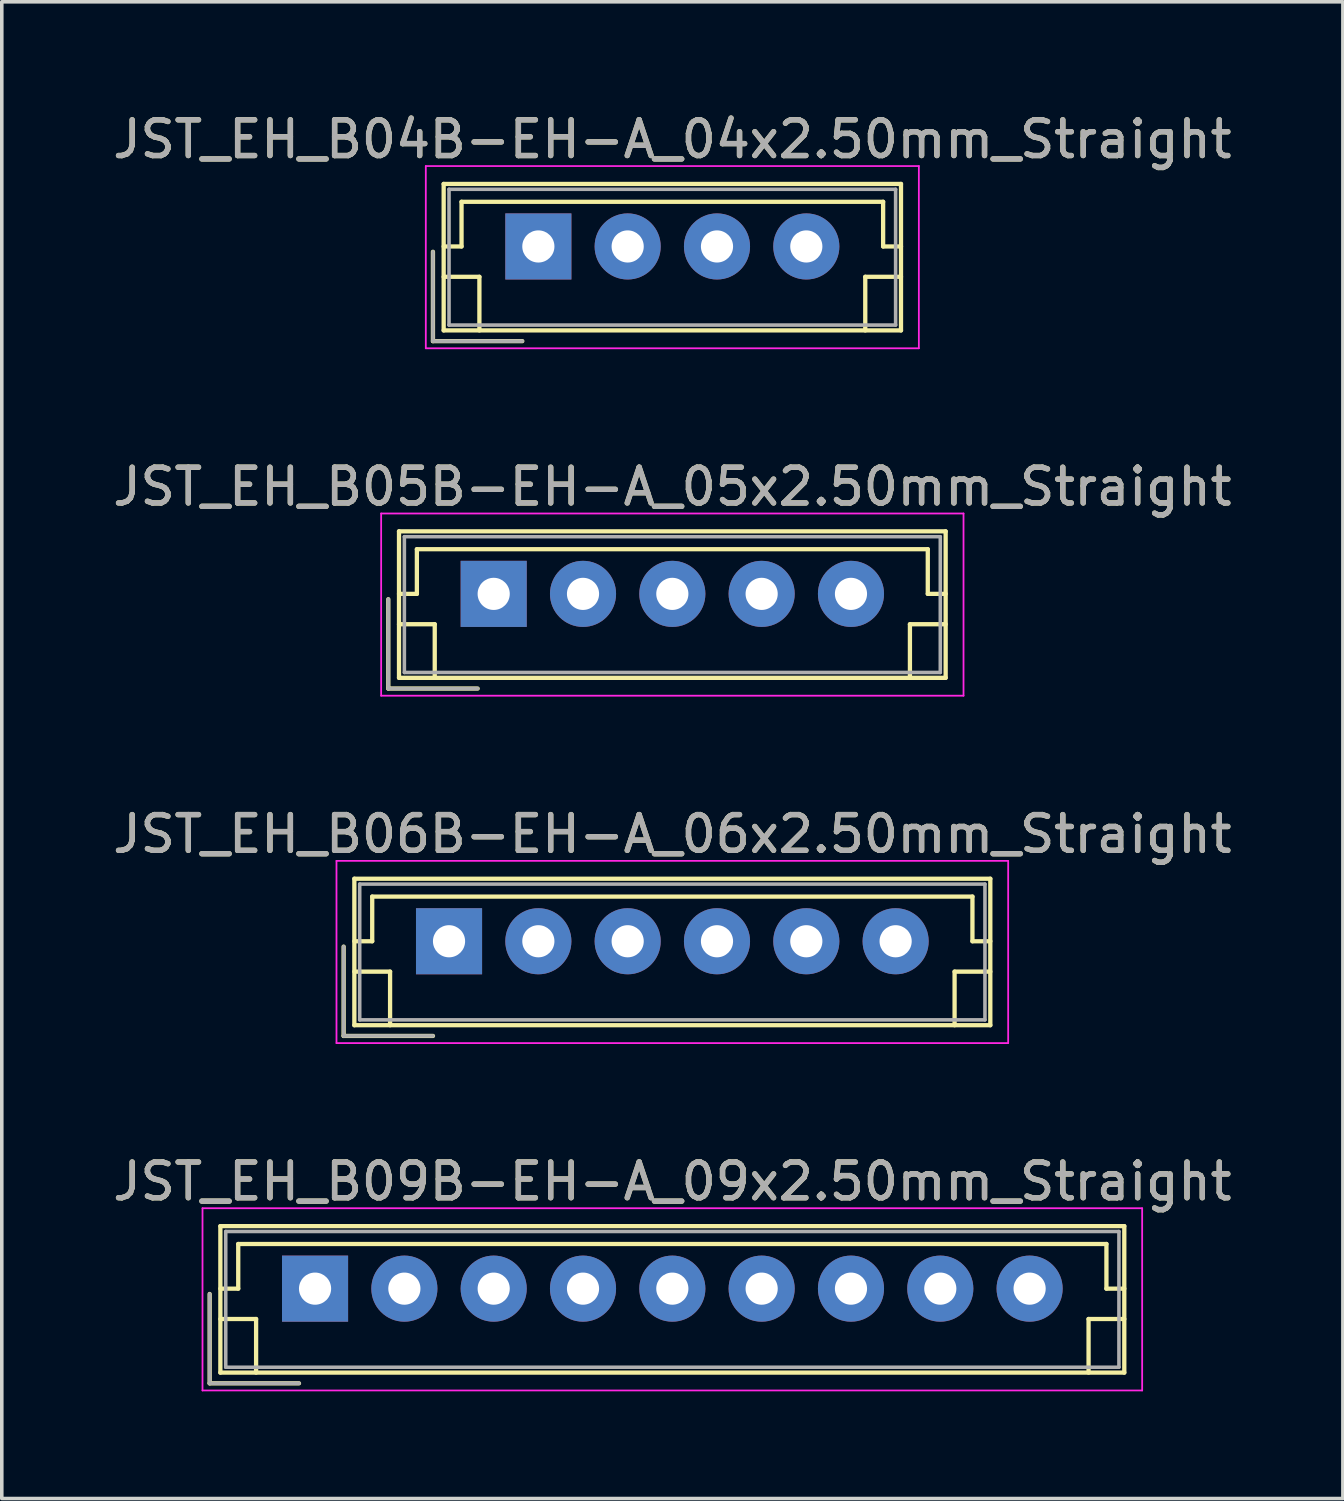
<source format=kicad_pcb>
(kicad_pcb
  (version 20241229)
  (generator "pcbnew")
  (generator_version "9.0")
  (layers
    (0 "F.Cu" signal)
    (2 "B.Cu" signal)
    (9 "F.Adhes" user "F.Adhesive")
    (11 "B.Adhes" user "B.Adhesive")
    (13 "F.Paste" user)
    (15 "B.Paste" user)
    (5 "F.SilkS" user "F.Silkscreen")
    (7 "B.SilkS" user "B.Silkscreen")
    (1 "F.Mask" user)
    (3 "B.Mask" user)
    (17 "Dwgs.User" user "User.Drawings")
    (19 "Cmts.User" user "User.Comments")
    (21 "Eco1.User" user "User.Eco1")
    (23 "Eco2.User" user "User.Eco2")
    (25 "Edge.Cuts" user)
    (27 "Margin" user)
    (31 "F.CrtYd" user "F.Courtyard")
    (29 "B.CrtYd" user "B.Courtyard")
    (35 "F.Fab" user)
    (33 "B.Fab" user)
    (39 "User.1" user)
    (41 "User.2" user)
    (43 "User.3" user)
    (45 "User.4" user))
  (footprint "JST_EH_B04B-EH-A_04x2.50mm_Straight"
    (layer "F.Cu")
    (at 12.018 3.848)
    (property "Reference" "JST_EH_B04B-EH-A_04x2.50mm_Straight" (at 3.75 -3 0) (layer "F.SilkS") (effects (font (size 1 1) (thickness 0.15))))
    (attr through_hole)
    (fp_line (start -2.95 0.15) (end -2.95 2.65) (stroke (width 0.12) (type solid)) (layer "F.SilkS"))
    (fp_line (start -2.95 2.65) (end -0.45 2.65) (stroke (width 0.12) (type solid)) (layer "F.SilkS"))
    (fp_line (start -2.65 -1.75) (end -2.65 2.35) (stroke (width 0.12) (type solid)) (layer "F.SilkS"))
    (fp_line (start -2.65 0) (end -2.15 0) (stroke (width 0.12) (type solid)) (layer "F.SilkS"))
    (fp_line (start -2.65 0.85) (end -1.65 0.85) (stroke (width 0.12) (type solid)) (layer "F.SilkS"))
    (fp_line (start -2.65 2.35) (end 10.15 2.35) (stroke (width 0.12) (type solid)) (layer "F.SilkS"))
    (fp_line (start -2.15 -1.25) (end 9.65 -1.25) (stroke (width 0.12) (type solid)) (layer "F.SilkS"))
    (fp_line (start -2.15 0) (end -2.15 -1.25) (stroke (width 0.12) (type solid)) (layer "F.SilkS"))
    (fp_line (start -1.65 0.85) (end -1.65 2.35) (stroke (width 0.12) (type solid)) (layer "F.SilkS"))
    (fp_line (start 9.15 0.85) (end 9.15 2.35) (stroke (width 0.12) (type solid)) (layer "F.SilkS"))
    (fp_line (start 9.65 -1.25) (end 9.65 0) (stroke (width 0.12) (type solid)) (layer "F.SilkS"))
    (fp_line (start 9.65 0) (end 10.15 0) (stroke (width 0.12) (type solid)) (layer "F.SilkS"))
    (fp_line (start 10.15 -1.75) (end -2.65 -1.75) (stroke (width 0.12) (type solid)) (layer "F.SilkS"))
    (fp_line (start 10.15 0.85) (end 9.15 0.85) (stroke (width 0.12) (type solid)) (layer "F.SilkS"))
    (fp_line (start 10.15 2.35) (end 10.15 -1.75) (stroke (width 0.12) (type solid)) (layer "F.SilkS"))
    (fp_line (start -3.15 -2.25) (end -3.15 2.85) (stroke (width 0.05) (type solid)) (layer "F.CrtYd"))
    (fp_line (start -3.15 2.85) (end 10.65 2.85) (stroke (width 0.05) (type solid)) (layer "F.CrtYd"))
    (fp_line (start 10.65 -2.25) (end -3.15 -2.25) (stroke (width 0.05) (type solid)) (layer "F.CrtYd"))
    (fp_line (start 10.65 2.85) (end 10.65 -2.25) (stroke (width 0.05) (type solid)) (layer "F.CrtYd"))
    (fp_line (start -2.95 0.15) (end -2.95 2.65) (stroke (width 0.1) (type solid)) (layer "F.Fab"))
    (fp_line (start -2.95 2.65) (end -0.45 2.65) (stroke (width 0.1) (type solid)) (layer "F.Fab"))
    (fp_line (start -2.5 -1.6) (end -2.5 2.2) (stroke (width 0.1) (type solid)) (layer "F.Fab"))
    (fp_line (start -2.5 2.2) (end 10 2.2) (stroke (width 0.1) (type solid)) (layer "F.Fab"))
    (fp_line (start 10 -1.6) (end -2.5 -1.6) (stroke (width 0.1) (type solid)) (layer "F.Fab"))
    (fp_line (start 10 2.2) (end 10 -1.6) (stroke (width 0.1) (type solid)) (layer "F.Fab"))
    (fp_text user "${REFERENCE}" (at 3.75 -3 0) (layer "F.Fab") (effects (font (size 1 1) (thickness 0.15))))
    (pad "1" thru_hole rect (at 0 0) (size 1.85 1.85) (drill 0.9) (layers "*.Cu" "*.Mask"))
    (pad "2" thru_hole circle (at 2.5 0) (size 1.85 1.85) (drill 0.9) (layers "*.Cu" "*.Mask"))
    (pad "3" thru_hole circle (at 5 0) (size 1.85 1.85) (drill 0.9) (layers "*.Cu" "*.Mask"))
    (pad "4" thru_hole circle (at 7.5 0) (size 1.85 1.85) (drill 0.9) (layers "*.Cu" "*.Mask")))
  (footprint "JST_EH_B06B-EH-A_06x2.50mm_Straight"
    (layer "F.Cu")
    (at 9.518 23.295)
    (property "Reference" "JST_EH_B06B-EH-A_06x2.50mm_Straight" (at 6.25 -3 0) (layer "F.SilkS") (effects (font (size 1 1) (thickness 0.15))))
    (attr through_hole)
    (fp_line (start -2.95 0.15) (end -2.95 2.65) (stroke (width 0.12) (type solid)) (layer "F.SilkS"))
    (fp_line (start -2.95 2.65) (end -0.45 2.65) (stroke (width 0.12) (type solid)) (layer "F.SilkS"))
    (fp_line (start -2.65 -1.75) (end -2.65 2.35) (stroke (width 0.12) (type solid)) (layer "F.SilkS"))
    (fp_line (start -2.65 0) (end -2.15 0) (stroke (width 0.12) (type solid)) (layer "F.SilkS"))
    (fp_line (start -2.65 0.85) (end -1.65 0.85) (stroke (width 0.12) (type solid)) (layer "F.SilkS"))
    (fp_line (start -2.65 2.35) (end 15.15 2.35) (stroke (width 0.12) (type solid)) (layer "F.SilkS"))
    (fp_line (start -2.15 -1.25) (end 14.65 -1.25) (stroke (width 0.12) (type solid)) (layer "F.SilkS"))
    (fp_line (start -2.15 0) (end -2.15 -1.25) (stroke (width 0.12) (type solid)) (layer "F.SilkS"))
    (fp_line (start -1.65 0.85) (end -1.65 2.35) (stroke (width 0.12) (type solid)) (layer "F.SilkS"))
    (fp_line (start 14.15 0.85) (end 14.15 2.35) (stroke (width 0.12) (type solid)) (layer "F.SilkS"))
    (fp_line (start 14.65 -1.25) (end 14.65 0) (stroke (width 0.12) (type solid)) (layer "F.SilkS"))
    (fp_line (start 14.65 0) (end 15.15 0) (stroke (width 0.12) (type solid)) (layer "F.SilkS"))
    (fp_line (start 15.15 -1.75) (end -2.65 -1.75) (stroke (width 0.12) (type solid)) (layer "F.SilkS"))
    (fp_line (start 15.15 0.85) (end 14.15 0.85) (stroke (width 0.12) (type solid)) (layer "F.SilkS"))
    (fp_line (start 15.15 2.35) (end 15.15 -1.75) (stroke (width 0.12) (type solid)) (layer "F.SilkS"))
    (fp_line (start -3.15 -2.25) (end -3.15 2.85) (stroke (width 0.05) (type solid)) (layer "F.CrtYd"))
    (fp_line (start -3.15 2.85) (end 15.65 2.85) (stroke (width 0.05) (type solid)) (layer "F.CrtYd"))
    (fp_line (start 15.65 -2.25) (end -3.15 -2.25) (stroke (width 0.05) (type solid)) (layer "F.CrtYd"))
    (fp_line (start 15.65 2.85) (end 15.65 -2.25) (stroke (width 0.05) (type solid)) (layer "F.CrtYd"))
    (fp_line (start -2.95 0.15) (end -2.95 2.65) (stroke (width 0.1) (type solid)) (layer "F.Fab"))
    (fp_line (start -2.95 2.65) (end -0.45 2.65) (stroke (width 0.1) (type solid)) (layer "F.Fab"))
    (fp_line (start -2.5 -1.6) (end -2.5 2.2) (stroke (width 0.1) (type solid)) (layer "F.Fab"))
    (fp_line (start -2.5 2.2) (end 15 2.2) (stroke (width 0.1) (type solid)) (layer "F.Fab"))
    (fp_line (start 15 -1.6) (end -2.5 -1.6) (stroke (width 0.1) (type solid)) (layer "F.Fab"))
    (fp_line (start 15 2.2) (end 15 -1.6) (stroke (width 0.1) (type solid)) (layer "F.Fab"))
    (fp_text user "${REFERENCE}" (at 6.25 -3 0) (layer "F.Fab") (effects (font (size 1 1) (thickness 0.15))))
    (pad "1" thru_hole rect (at 0 0) (size 1.85 1.85) (drill 0.9) (layers "*.Cu" "*.Mask"))
    (pad "2" thru_hole circle (at 2.5 0) (size 1.85 1.85) (drill 0.9) (layers "*.Cu" "*.Mask"))
    (pad "3" thru_hole circle (at 5 0) (size 1.85 1.85) (drill 0.9) (layers "*.Cu" "*.Mask"))
    (pad "4" thru_hole circle (at 7.5 0) (size 1.85 1.85) (drill 0.9) (layers "*.Cu" "*.Mask"))
    (pad "5" thru_hole circle (at 10 0) (size 1.85 1.85) (drill 0.9) (layers "*.Cu" "*.Mask"))
    (pad "6" thru_hole circle (at 12.5 0) (size 1.85 1.85) (drill 0.9) (layers "*.Cu" "*.Mask")))
  (footprint "JST_EH_B05B-EH-A_05x2.50mm_Straight"
    (layer "F.Cu")
    (at 10.768 13.572)
    (property "Reference" "JST_EH_B05B-EH-A_05x2.50mm_Straight" (at 5 -3 0) (layer "F.SilkS") (effects (font (size 1 1) (thickness 0.15))))
    (attr through_hole)
    (fp_line (start -2.95 0.15) (end -2.95 2.65) (stroke (width 0.12) (type solid)) (layer "F.SilkS"))
    (fp_line (start -2.95 2.65) (end -0.45 2.65) (stroke (width 0.12) (type solid)) (layer "F.SilkS"))
    (fp_line (start -2.65 -1.75) (end -2.65 2.35) (stroke (width 0.12) (type solid)) (layer "F.SilkS"))
    (fp_line (start -2.65 0) (end -2.15 0) (stroke (width 0.12) (type solid)) (layer "F.SilkS"))
    (fp_line (start -2.65 0.85) (end -1.65 0.85) (stroke (width 0.12) (type solid)) (layer "F.SilkS"))
    (fp_line (start -2.65 2.35) (end 12.65 2.35) (stroke (width 0.12) (type solid)) (layer "F.SilkS"))
    (fp_line (start -2.15 -1.25) (end 12.15 -1.25) (stroke (width 0.12) (type solid)) (layer "F.SilkS"))
    (fp_line (start -2.15 0) (end -2.15 -1.25) (stroke (width 0.12) (type solid)) (layer "F.SilkS"))
    (fp_line (start -1.65 0.85) (end -1.65 2.35) (stroke (width 0.12) (type solid)) (layer "F.SilkS"))
    (fp_line (start 11.65 0.85) (end 11.65 2.35) (stroke (width 0.12) (type solid)) (layer "F.SilkS"))
    (fp_line (start 12.15 -1.25) (end 12.15 0) (stroke (width 0.12) (type solid)) (layer "F.SilkS"))
    (fp_line (start 12.15 0) (end 12.65 0) (stroke (width 0.12) (type solid)) (layer "F.SilkS"))
    (fp_line (start 12.65 -1.75) (end -2.65 -1.75) (stroke (width 0.12) (type solid)) (layer "F.SilkS"))
    (fp_line (start 12.65 0.85) (end 11.65 0.85) (stroke (width 0.12) (type solid)) (layer "F.SilkS"))
    (fp_line (start 12.65 2.35) (end 12.65 -1.75) (stroke (width 0.12) (type solid)) (layer "F.SilkS"))
    (fp_line (start -3.15 -2.25) (end -3.15 2.85) (stroke (width 0.05) (type solid)) (layer "F.CrtYd"))
    (fp_line (start -3.15 2.85) (end 13.15 2.85) (stroke (width 0.05) (type solid)) (layer "F.CrtYd"))
    (fp_line (start 13.15 -2.25) (end -3.15 -2.25) (stroke (width 0.05) (type solid)) (layer "F.CrtYd"))
    (fp_line (start 13.15 2.85) (end 13.15 -2.25) (stroke (width 0.05) (type solid)) (layer "F.CrtYd"))
    (fp_line (start -2.95 0.15) (end -2.95 2.65) (stroke (width 0.1) (type solid)) (layer "F.Fab"))
    (fp_line (start -2.95 2.65) (end -0.45 2.65) (stroke (width 0.1) (type solid)) (layer "F.Fab"))
    (fp_line (start -2.5 -1.6) (end -2.5 2.2) (stroke (width 0.1) (type solid)) (layer "F.Fab"))
    (fp_line (start -2.5 2.2) (end 12.5 2.2) (stroke (width 0.1) (type solid)) (layer "F.Fab"))
    (fp_line (start 12.5 -1.6) (end -2.5 -1.6) (stroke (width 0.1) (type solid)) (layer "F.Fab"))
    (fp_line (start 12.5 2.2) (end 12.5 -1.6) (stroke (width 0.1) (type solid)) (layer "F.Fab"))
    (fp_text user "${REFERENCE}" (at 5 -3 0) (layer "F.Fab") (effects (font (size 1 1) (thickness 0.15))))
    (pad "1" thru_hole rect (at 0 0) (size 1.85 1.85) (drill 0.9) (layers "*.Cu" "*.Mask"))
    (pad "2" thru_hole circle (at 2.5 0) (size 1.85 1.85) (drill 0.9) (layers "*.Cu" "*.Mask"))
    (pad "3" thru_hole circle (at 5 0) (size 1.85 1.85) (drill 0.9) (layers "*.Cu" "*.Mask"))
    (pad "4" thru_hole circle (at 7.5 0) (size 1.85 1.85) (drill 0.9) (layers "*.Cu" "*.Mask"))
    (pad "5" thru_hole circle (at 10 0) (size 1.85 1.85) (drill 0.9) (layers "*.Cu" "*.Mask")))
  (footprint "JST_EH_B09B-EH-A_09x2.50mm_Straight"
    (layer "F.Cu")
    (at 5.768 33.018)
    (property "Reference" "JST_EH_B09B-EH-A_09x2.50mm_Straight" (at 10 -3 0) (layer "F.SilkS") (effects (font (size 1 1) (thickness 0.15))))
    (attr through_hole)
    (fp_line (start -2.95 0.15) (end -2.95 2.65) (stroke (width 0.12) (type solid)) (layer "F.SilkS"))
    (fp_line (start -2.95 2.65) (end -0.45 2.65) (stroke (width 0.12) (type solid)) (layer "F.SilkS"))
    (fp_line (start -2.65 -1.75) (end -2.65 2.35) (stroke (width 0.12) (type solid)) (layer "F.SilkS"))
    (fp_line (start -2.65 0) (end -2.15 0) (stroke (width 0.12) (type solid)) (layer "F.SilkS"))
    (fp_line (start -2.65 0.85) (end -1.65 0.85) (stroke (width 0.12) (type solid)) (layer "F.SilkS"))
    (fp_line (start -2.65 2.35) (end 22.65 2.35) (stroke (width 0.12) (type solid)) (layer "F.SilkS"))
    (fp_line (start -2.15 -1.25) (end 22.15 -1.25) (stroke (width 0.12) (type solid)) (layer "F.SilkS"))
    (fp_line (start -2.15 0) (end -2.15 -1.25) (stroke (width 0.12) (type solid)) (layer "F.SilkS"))
    (fp_line (start -1.65 0.85) (end -1.65 2.35) (stroke (width 0.12) (type solid)) (layer "F.SilkS"))
    (fp_line (start 21.65 0.85) (end 21.65 2.35) (stroke (width 0.12) (type solid)) (layer "F.SilkS"))
    (fp_line (start 22.15 -1.25) (end 22.15 0) (stroke (width 0.12) (type solid)) (layer "F.SilkS"))
    (fp_line (start 22.15 0) (end 22.65 0) (stroke (width 0.12) (type solid)) (layer "F.SilkS"))
    (fp_line (start 22.65 -1.75) (end -2.65 -1.75) (stroke (width 0.12) (type solid)) (layer "F.SilkS"))
    (fp_line (start 22.65 0.85) (end 21.65 0.85) (stroke (width 0.12) (type solid)) (layer "F.SilkS"))
    (fp_line (start 22.65 2.35) (end 22.65 -1.75) (stroke (width 0.12) (type solid)) (layer "F.SilkS"))
    (fp_line (start -3.15 -2.25) (end -3.15 2.85) (stroke (width 0.05) (type solid)) (layer "F.CrtYd"))
    (fp_line (start -3.15 2.85) (end 23.15 2.85) (stroke (width 0.05) (type solid)) (layer "F.CrtYd"))
    (fp_line (start 23.15 -2.25) (end -3.15 -2.25) (stroke (width 0.05) (type solid)) (layer "F.CrtYd"))
    (fp_line (start 23.15 2.85) (end 23.15 -2.25) (stroke (width 0.05) (type solid)) (layer "F.CrtYd"))
    (fp_line (start -2.95 0.15) (end -2.95 2.65) (stroke (width 0.1) (type solid)) (layer "F.Fab"))
    (fp_line (start -2.95 2.65) (end -0.45 2.65) (stroke (width 0.1) (type solid)) (layer "F.Fab"))
    (fp_line (start -2.5 -1.6) (end -2.5 2.2) (stroke (width 0.1) (type solid)) (layer "F.Fab"))
    (fp_line (start -2.5 2.2) (end 22.5 2.2) (stroke (width 0.1) (type solid)) (layer "F.Fab"))
    (fp_line (start 22.5 -1.6) (end -2.5 -1.6) (stroke (width 0.1) (type solid)) (layer "F.Fab"))
    (fp_line (start 22.5 2.2) (end 22.5 -1.6) (stroke (width 0.1) (type solid)) (layer "F.Fab"))
    (fp_text user "${REFERENCE}" (at 10 -3 0) (layer "F.Fab") (effects (font (size 1 1) (thickness 0.15))))
    (pad "1" thru_hole rect (at 0 0) (size 1.85 1.85) (drill 0.9) (layers "*.Cu" "*.Mask"))
    (pad "2" thru_hole circle (at 2.5 0) (size 1.85 1.85) (drill 0.9) (layers "*.Cu" "*.Mask"))
    (pad "3" thru_hole circle (at 5 0) (size 1.85 1.85) (drill 0.9) (layers "*.Cu" "*.Mask"))
    (pad "4" thru_hole circle (at 7.5 0) (size 1.85 1.85) (drill 0.9) (layers "*.Cu" "*.Mask"))
    (pad "5" thru_hole circle (at 10 0) (size 1.85 1.85) (drill 0.9) (layers "*.Cu" "*.Mask"))
    (pad "6" thru_hole circle (at 12.5 0) (size 1.85 1.85) (drill 0.9) (layers "*.Cu" "*.Mask"))
    (pad "7" thru_hole circle (at 15 0) (size 1.85 1.85) (drill 0.9) (layers "*.Cu" "*.Mask"))
    (pad "8" thru_hole circle (at 17.5 0) (size 1.85 1.85) (drill 0.9) (layers "*.Cu" "*.Mask"))
    (pad "9" thru_hole circle (at 20 0) (size 1.85 1.85) (drill 0.9) (layers "*.Cu" "*.Mask")))
  (gr_rect
    (start -3 -3)
    (end 34.536 38.893)
    (stroke (width 0.1) (type default))
    (fill no)
    (layer "Edge.Cuts")))
</source>
